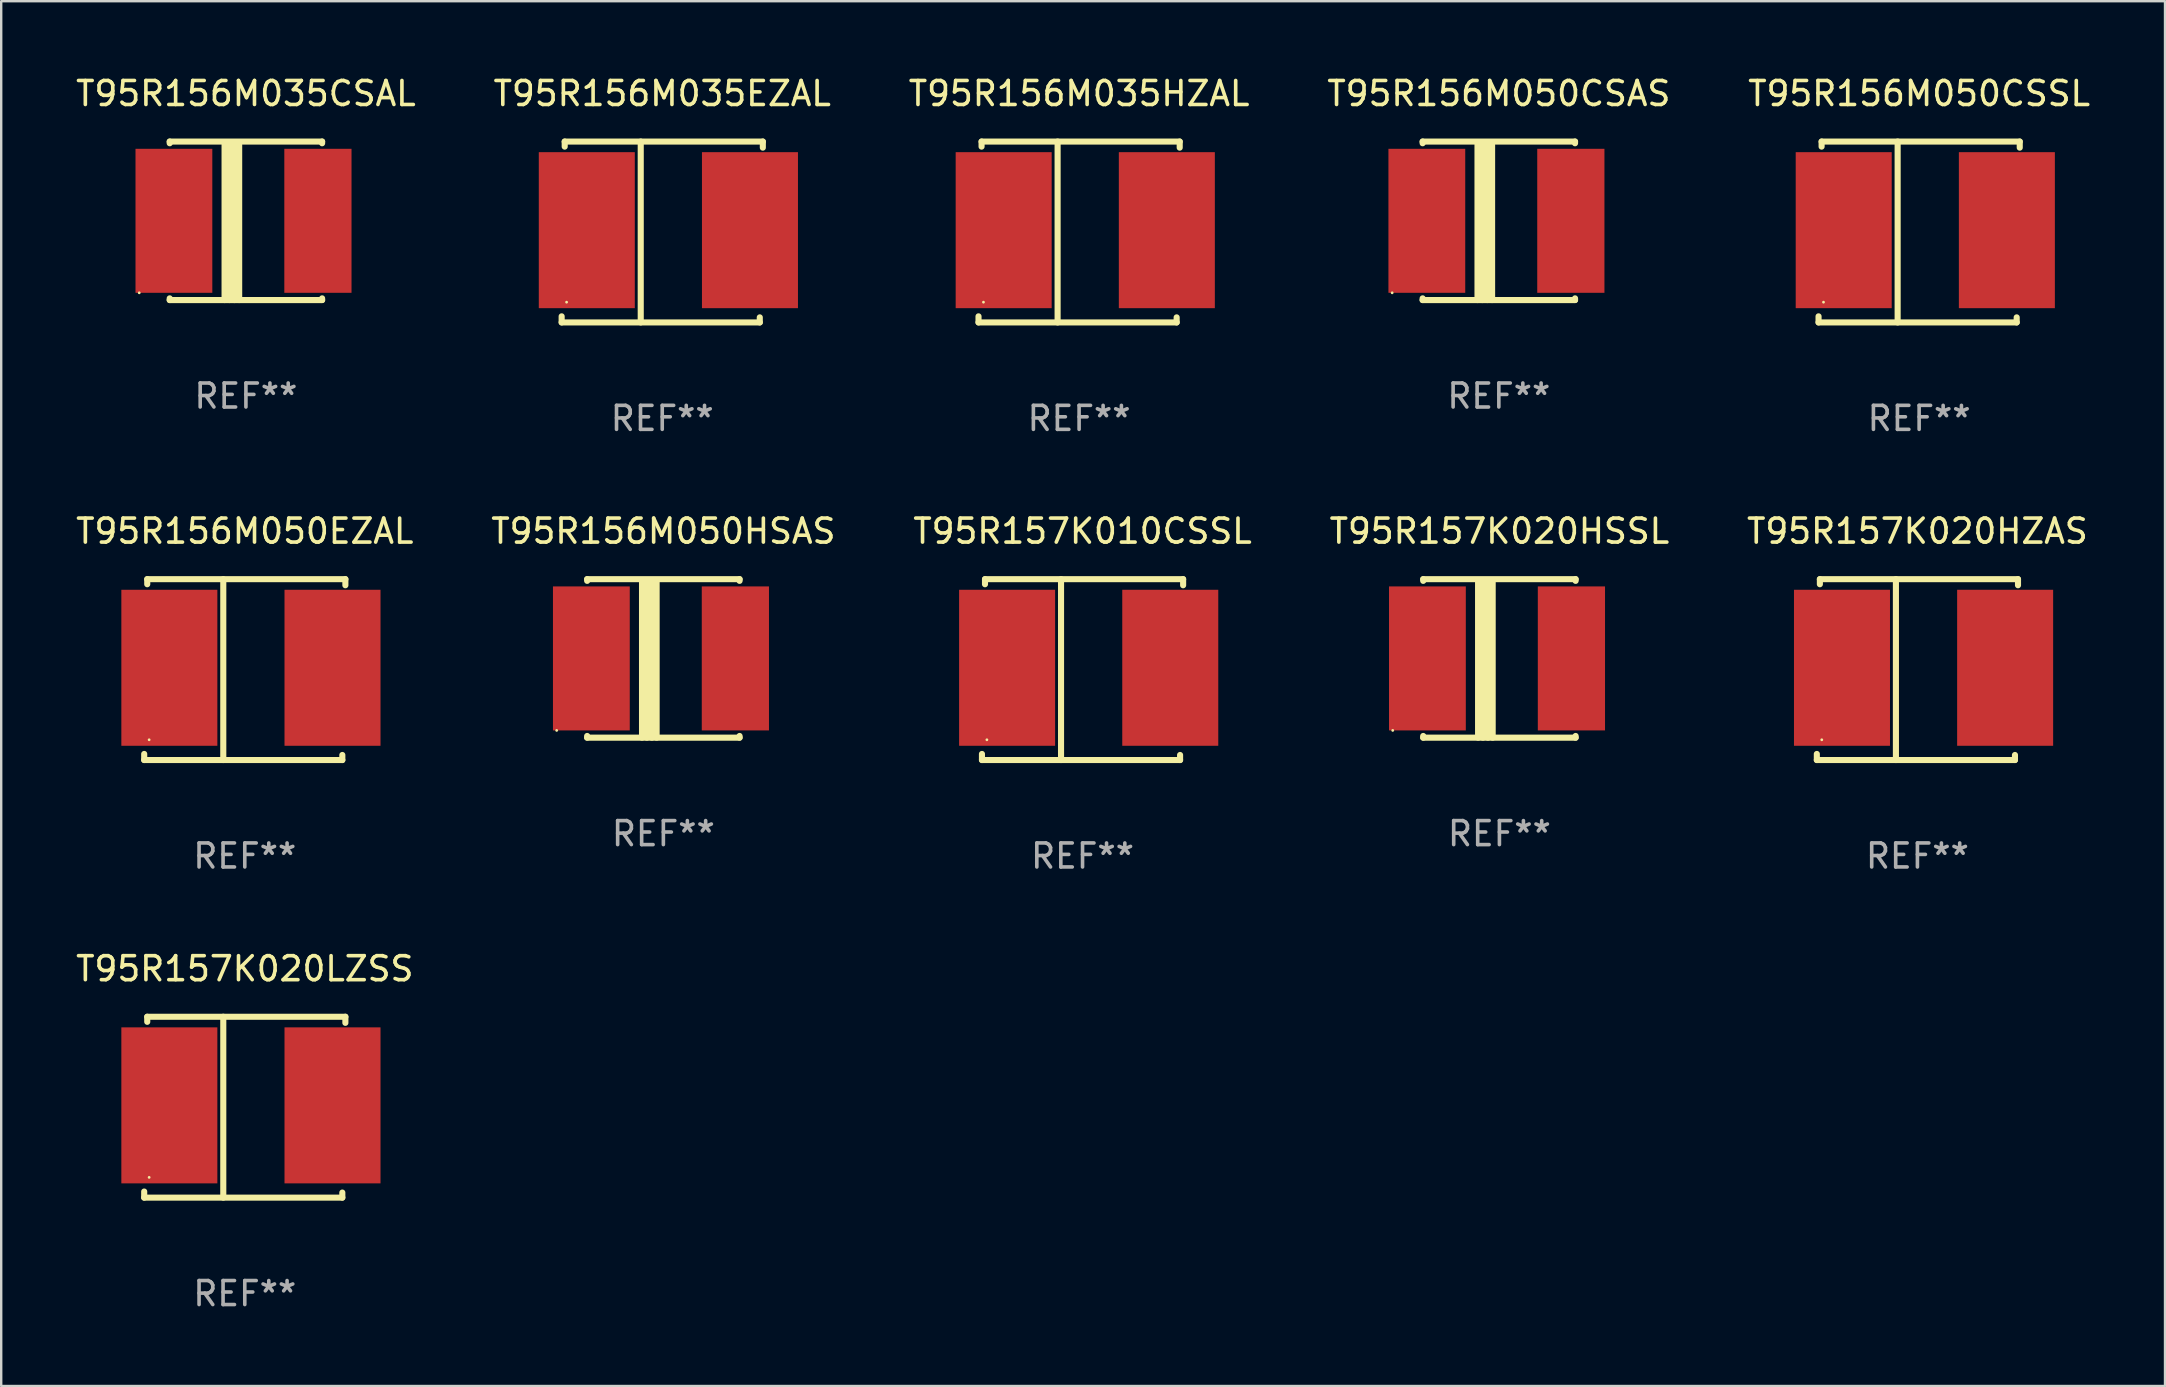
<source format=kicad_pcb>
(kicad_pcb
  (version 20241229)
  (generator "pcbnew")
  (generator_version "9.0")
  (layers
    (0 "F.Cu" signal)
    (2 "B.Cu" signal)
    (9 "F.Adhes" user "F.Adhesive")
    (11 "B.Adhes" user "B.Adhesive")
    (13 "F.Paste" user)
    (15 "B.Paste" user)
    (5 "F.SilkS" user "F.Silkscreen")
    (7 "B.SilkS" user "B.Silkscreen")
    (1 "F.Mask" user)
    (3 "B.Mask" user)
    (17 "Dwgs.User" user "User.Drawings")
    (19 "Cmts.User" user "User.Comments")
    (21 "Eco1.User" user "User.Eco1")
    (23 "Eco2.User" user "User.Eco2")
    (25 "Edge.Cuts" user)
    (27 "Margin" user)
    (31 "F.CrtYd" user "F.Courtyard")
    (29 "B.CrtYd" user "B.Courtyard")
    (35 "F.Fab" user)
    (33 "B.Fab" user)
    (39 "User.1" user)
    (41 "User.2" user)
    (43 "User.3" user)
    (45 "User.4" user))
  (footprint "T95R157K020LZSS"
    (layer "F.Cu")
    (at 7.149 43.081)
    (property "Reference" "T95R157K020LZSS" (at 0 -5.768 0) (layer "F.SilkS") (effects (font (size 1 1) (thickness 0.15))))
    (attr through_hole)
    (fp_line (start -4.191 3.768) (end -4.191 3.514) (stroke (width 0.254) (type solid)) (layer "F.SilkS"))
    (fp_line (start -4.064 -3.768) (end 4.191 -3.768) (stroke (width 0.254) (type solid)) (layer "F.SilkS"))
    (fp_line (start -4.064 -3.557) (end -4.064 -3.768) (stroke (width 0.254) (type solid)) (layer "F.SilkS"))
    (fp_line (start -0.896 -3.768) (end -0.896 3.768) (stroke (width 0.254) (type solid)) (layer "F.SilkS"))
    (fp_line (start 4.064 3.557) (end 4.064 3.768) (stroke (width 0.254) (type solid)) (layer "F.SilkS"))
    (fp_line (start 4.064 3.768) (end -4.191 3.768) (stroke (width 0.254) (type solid)) (layer "F.SilkS"))
    (fp_line (start 4.191 -3.768) (end 4.191 -3.514) (stroke (width 0.254) (type solid)) (layer "F.SilkS"))
    (fp_circle (center -3.985 2.924) (end -3.955 2.924) (stroke (width 0.06) (type solid)) (fill no) (layer "F.SilkS"))
    (fp_text user "REF**" (at 0 7.768 0) (layer "F.Fab") (effects (font (size 1 1) (thickness 0.15))))
    (pad "1" smd rect (at -3.143 -0.076 270) (size 6.5 4) (layers "F.Cu" "F.Mask" "F.Paste"))
    (pad "2" smd rect (at 3.655 -0.076 270) (size 6.5 4) (layers "F.Cu" "F.Mask" "F.Paste")))
  (footprint "T95R156M050CSSL"
    (layer "F.Cu")
    (at 76.911 6.616)
    (property "Reference" "T95R156M050CSSL" (at 0 -5.768 0) (layer "F.SilkS") (effects (font (size 1 1) (thickness 0.15))))
    (attr through_hole)
    (fp_line (start -4.191 3.768) (end -4.191 3.514) (stroke (width 0.254) (type solid)) (layer "F.SilkS"))
    (fp_line (start -4.064 -3.768) (end 4.191 -3.768) (stroke (width 0.254) (type solid)) (layer "F.SilkS"))
    (fp_line (start -4.064 -3.557) (end -4.064 -3.768) (stroke (width 0.254) (type solid)) (layer "F.SilkS"))
    (fp_line (start -0.896 -3.768) (end -0.896 3.768) (stroke (width 0.254) (type solid)) (layer "F.SilkS"))
    (fp_line (start 4.064 3.557) (end 4.064 3.768) (stroke (width 0.254) (type solid)) (layer "F.SilkS"))
    (fp_line (start 4.064 3.768) (end -4.191 3.768) (stroke (width 0.254) (type solid)) (layer "F.SilkS"))
    (fp_line (start 4.191 -3.768) (end 4.191 -3.514) (stroke (width 0.254) (type solid)) (layer "F.SilkS"))
    (fp_circle (center -3.985 2.924) (end -3.955 2.924) (stroke (width 0.06) (type solid)) (fill no) (layer "F.SilkS"))
    (fp_text user "REF**" (at 0 7.768 0) (layer "F.Fab") (effects (font (size 1 1) (thickness 0.15))))
    (pad "1" smd rect (at -3.143 -0.076 270) (size 6.5 4) (layers "F.Cu" "F.Mask" "F.Paste"))
    (pad "2" smd rect (at 3.655 -0.076 270) (size 6.5 4) (layers "F.Cu" "F.Mask" "F.Paste")))
  (footprint "T95R156M035HZAL"
    (layer "F.Cu")
    (at 41.911 6.616)
    (property "Reference" "T95R156M035HZAL" (at 0 -5.768 0) (layer "F.SilkS") (effects (font (size 1 1) (thickness 0.15))))
    (attr through_hole)
    (fp_line (start -4.191 3.768) (end -4.191 3.514) (stroke (width 0.254) (type solid)) (layer "F.SilkS"))
    (fp_line (start -4.064 -3.768) (end 4.191 -3.768) (stroke (width 0.254) (type solid)) (layer "F.SilkS"))
    (fp_line (start -4.064 -3.557) (end -4.064 -3.768) (stroke (width 0.254) (type solid)) (layer "F.SilkS"))
    (fp_line (start -0.896 -3.768) (end -0.896 3.768) (stroke (width 0.254) (type solid)) (layer "F.SilkS"))
    (fp_line (start 4.064 3.557) (end 4.064 3.768) (stroke (width 0.254) (type solid)) (layer "F.SilkS"))
    (fp_line (start 4.064 3.768) (end -4.191 3.768) (stroke (width 0.254) (type solid)) (layer "F.SilkS"))
    (fp_line (start 4.191 -3.768) (end 4.191 -3.514) (stroke (width 0.254) (type solid)) (layer "F.SilkS"))
    (fp_circle (center -3.985 2.924) (end -3.955 2.924) (stroke (width 0.06) (type solid)) (fill no) (layer "F.SilkS"))
    (fp_text user "REF**" (at 0 7.768 0) (layer "F.Fab") (effects (font (size 1 1) (thickness 0.15))))
    (pad "1" smd rect (at -3.143 -0.076 270) (size 6.5 4) (layers "F.Cu" "F.Mask" "F.Paste"))
    (pad "2" smd rect (at 3.655 -0.076 270) (size 6.5 4) (layers "F.Cu" "F.Mask" "F.Paste")))
  (footprint "T95R157K020HSSL"
    (layer "F.Cu")
    (at 59.423 24.383)
    (property "Reference" "T95R157K020HSSL" (at 0 -5.302 0) (layer "F.SilkS") (effects (font (size 1 1) (thickness 0.15))))
    (attr through_hole)
    (fp_line (start -3.175 -3.231) (end -3.175 -3.302) (stroke (width 0.254) (type solid)) (layer "F.SilkS"))
    (fp_line (start -3.175 3.302) (end -3.175 3.231) (stroke (width 0.254) (type solid)) (layer "F.SilkS"))
    (fp_line (start -3.175 3.302) (end 3.175 3.302) (stroke (width 0.254) (type solid)) (layer "F.SilkS"))
    (fp_line (start -0.889 -3.175) (end -0.889 3.302) (stroke (width 0.254) (type solid)) (layer "F.SilkS"))
    (fp_line (start -0.688 -3.175) (end -0.688 3.302) (stroke (width 0.254) (type solid)) (layer "F.SilkS"))
    (fp_line (start -0.478 -3.175) (end -0.478 3.302) (stroke (width 0.254) (type solid)) (layer "F.SilkS"))
    (fp_line (start -0.281 -3.175) (end -0.281 3.302) (stroke (width 0.254) (type solid)) (layer "F.SilkS"))
    (fp_line (start 3.175 -3.302) (end -3.175 -3.302) (stroke (width 0.254) (type solid)) (layer "F.SilkS"))
    (fp_line (start 3.175 -3.302) (end 3.175 -3.231) (stroke (width 0.254) (type solid)) (layer "F.SilkS"))
    (fp_line (start 3.175 3.231) (end 3.175 3.302) (stroke (width 0.254) (type solid)) (layer "F.SilkS"))
    (fp_circle (center -4.445 3) (end -4.415 3) (stroke (width 0.06) (type solid)) (fill no) (layer "F.SilkS"))
    (fp_text user "REF**" (at 0 7.302 0) (layer "F.Fab") (effects (font (size 1 1) (thickness 0.15))))
    (pad "1" smd rect (at -3 0) (size 3.2 6) (layers "F.Cu" "F.Mask" "F.Paste"))
    (pad "2" smd rect (at 3 0) (size 2.8 6) (layers "F.Cu" "F.Mask" "F.Paste")))
  (footprint "T95R156M050CSAS"
    (layer "F.Cu")
    (at 59.399 6.15)
    (property "Reference" "T95R156M050CSAS" (at 0 -5.302 0) (layer "F.SilkS") (effects (font (size 1 1) (thickness 0.15))))
    (attr through_hole)
    (fp_line (start -3.175 -3.231) (end -3.175 -3.302) (stroke (width 0.254) (type solid)) (layer "F.SilkS"))
    (fp_line (start -3.175 3.302) (end -3.175 3.231) (stroke (width 0.254) (type solid)) (layer "F.SilkS"))
    (fp_line (start -3.175 3.302) (end 3.175 3.302) (stroke (width 0.254) (type solid)) (layer "F.SilkS"))
    (fp_line (start -0.889 -3.175) (end -0.889 3.302) (stroke (width 0.254) (type solid)) (layer "F.SilkS"))
    (fp_line (start -0.688 -3.175) (end -0.688 3.302) (stroke (width 0.254) (type solid)) (layer "F.SilkS"))
    (fp_line (start -0.478 -3.175) (end -0.478 3.302) (stroke (width 0.254) (type solid)) (layer "F.SilkS"))
    (fp_line (start -0.281 -3.175) (end -0.281 3.302) (stroke (width 0.254) (type solid)) (layer "F.SilkS"))
    (fp_line (start 3.175 -3.302) (end -3.175 -3.302) (stroke (width 0.254) (type solid)) (layer "F.SilkS"))
    (fp_line (start 3.175 -3.302) (end 3.175 -3.231) (stroke (width 0.254) (type solid)) (layer "F.SilkS"))
    (fp_line (start 3.175 3.231) (end 3.175 3.302) (stroke (width 0.254) (type solid)) (layer "F.SilkS"))
    (fp_circle (center -4.445 3) (end -4.415 3) (stroke (width 0.06) (type solid)) (fill no) (layer "F.SilkS"))
    (fp_text user "REF**" (at 0 7.302 0) (layer "F.Fab") (effects (font (size 1 1) (thickness 0.15))))
    (pad "1" smd rect (at -3 0) (size 3.2 6) (layers "F.Cu" "F.Mask" "F.Paste"))
    (pad "2" smd rect (at 3 0) (size 2.8 6) (layers "F.Cu" "F.Mask" "F.Paste")))
  (footprint "T95R156M035EZAL"
    (layer "F.Cu")
    (at 24.542 6.616)
    (property "Reference" "T95R156M035EZAL" (at 0 -5.768 0) (layer "F.SilkS") (effects (font (size 1 1) (thickness 0.15))))
    (attr through_hole)
    (fp_line (start -4.191 3.768) (end -4.191 3.514) (stroke (width 0.254) (type solid)) (layer "F.SilkS"))
    (fp_line (start -4.064 -3.768) (end 4.191 -3.768) (stroke (width 0.254) (type solid)) (layer "F.SilkS"))
    (fp_line (start -4.064 -3.557) (end -4.064 -3.768) (stroke (width 0.254) (type solid)) (layer "F.SilkS"))
    (fp_line (start -0.896 -3.768) (end -0.896 3.768) (stroke (width 0.254) (type solid)) (layer "F.SilkS"))
    (fp_line (start 4.064 3.557) (end 4.064 3.768) (stroke (width 0.254) (type solid)) (layer "F.SilkS"))
    (fp_line (start 4.064 3.768) (end -4.191 3.768) (stroke (width 0.254) (type solid)) (layer "F.SilkS"))
    (fp_line (start 4.191 -3.768) (end 4.191 -3.514) (stroke (width 0.254) (type solid)) (layer "F.SilkS"))
    (fp_circle (center -3.985 2.924) (end -3.955 2.924) (stroke (width 0.06) (type solid)) (fill no) (layer "F.SilkS"))
    (fp_text user "REF**" (at 0 7.768 0) (layer "F.Fab") (effects (font (size 1 1) (thickness 0.15))))
    (pad "1" smd rect (at -3.143 -0.076 270) (size 6.5 4) (layers "F.Cu" "F.Mask" "F.Paste"))
    (pad "2" smd rect (at 3.655 -0.076 270) (size 6.5 4) (layers "F.Cu" "F.Mask" "F.Paste")))
  (footprint "T95R156M050HSAS"
    (layer "F.Cu")
    (at 24.589 24.383)
    (property "Reference" "T95R156M050HSAS" (at 0 -5.302 0) (layer "F.SilkS") (effects (font (size 1 1) (thickness 0.15))))
    (attr through_hole)
    (fp_line (start -3.175 -3.231) (end -3.175 -3.302) (stroke (width 0.254) (type solid)) (layer "F.SilkS"))
    (fp_line (start -3.175 3.302) (end -3.175 3.231) (stroke (width 0.254) (type solid)) (layer "F.SilkS"))
    (fp_line (start -3.175 3.302) (end 3.175 3.302) (stroke (width 0.254) (type solid)) (layer "F.SilkS"))
    (fp_line (start -0.889 -3.175) (end -0.889 3.302) (stroke (width 0.254) (type solid)) (layer "F.SilkS"))
    (fp_line (start -0.688 -3.175) (end -0.688 3.302) (stroke (width 0.254) (type solid)) (layer "F.SilkS"))
    (fp_line (start -0.478 -3.175) (end -0.478 3.302) (stroke (width 0.254) (type solid)) (layer "F.SilkS"))
    (fp_line (start -0.281 -3.175) (end -0.281 3.302) (stroke (width 0.254) (type solid)) (layer "F.SilkS"))
    (fp_line (start 3.175 -3.302) (end -3.175 -3.302) (stroke (width 0.254) (type solid)) (layer "F.SilkS"))
    (fp_line (start 3.175 -3.302) (end 3.175 -3.231) (stroke (width 0.254) (type solid)) (layer "F.SilkS"))
    (fp_line (start 3.175 3.231) (end 3.175 3.302) (stroke (width 0.254) (type solid)) (layer "F.SilkS"))
    (fp_circle (center -4.445 3) (end -4.415 3) (stroke (width 0.06) (type solid)) (fill no) (layer "F.SilkS"))
    (fp_text user "REF**" (at 0 7.302 0) (layer "F.Fab") (effects (font (size 1 1) (thickness 0.15))))
    (pad "1" smd rect (at -3 0) (size 3.2 6) (layers "F.Cu" "F.Mask" "F.Paste"))
    (pad "2" smd rect (at 3 0) (size 2.8 6) (layers "F.Cu" "F.Mask" "F.Paste")))
  (footprint "T95R156M035CSAL"
    (layer "F.Cu")
    (at 7.196 6.15)
    (property "Reference" "T95R156M035CSAL" (at 0 -5.302 0) (layer "F.SilkS") (effects (font (size 1 1) (thickness 0.15))))
    (attr through_hole)
    (fp_line (start -3.175 -3.231) (end -3.175 -3.302) (stroke (width 0.254) (type solid)) (layer "F.SilkS"))
    (fp_line (start -3.175 3.302) (end -3.175 3.231) (stroke (width 0.254) (type solid)) (layer "F.SilkS"))
    (fp_line (start -3.175 3.302) (end 3.175 3.302) (stroke (width 0.254) (type solid)) (layer "F.SilkS"))
    (fp_line (start -0.889 -3.175) (end -0.889 3.302) (stroke (width 0.254) (type solid)) (layer "F.SilkS"))
    (fp_line (start -0.688 -3.175) (end -0.688 3.302) (stroke (width 0.254) (type solid)) (layer "F.SilkS"))
    (fp_line (start -0.478 -3.175) (end -0.478 3.302) (stroke (width 0.254) (type solid)) (layer "F.SilkS"))
    (fp_line (start -0.281 -3.175) (end -0.281 3.302) (stroke (width 0.254) (type solid)) (layer "F.SilkS"))
    (fp_line (start 3.175 -3.302) (end -3.175 -3.302) (stroke (width 0.254) (type solid)) (layer "F.SilkS"))
    (fp_line (start 3.175 -3.302) (end 3.175 -3.231) (stroke (width 0.254) (type solid)) (layer "F.SilkS"))
    (fp_line (start 3.175 3.231) (end 3.175 3.302) (stroke (width 0.254) (type solid)) (layer "F.SilkS"))
    (fp_circle (center -4.445 3) (end -4.415 3) (stroke (width 0.06) (type solid)) (fill no) (layer "F.SilkS"))
    (fp_text user "REF**" (at 0 7.302 0) (layer "F.Fab") (effects (font (size 1 1) (thickness 0.15))))
    (pad "1" smd rect (at -3 0) (size 3.2 6) (layers "F.Cu" "F.Mask" "F.Paste"))
    (pad "2" smd rect (at 3 0) (size 2.8 6) (layers "F.Cu" "F.Mask" "F.Paste")))
  (footprint "T95R157K020HZAS"
    (layer "F.Cu")
    (at 76.839 24.849)
    (property "Reference" "T95R157K020HZAS" (at 0 -5.768 0) (layer "F.SilkS") (effects (font (size 1 1) (thickness 0.15))))
    (attr through_hole)
    (fp_line (start -4.191 3.768) (end -4.191 3.514) (stroke (width 0.254) (type solid)) (layer "F.SilkS"))
    (fp_line (start -4.064 -3.768) (end 4.191 -3.768) (stroke (width 0.254) (type solid)) (layer "F.SilkS"))
    (fp_line (start -4.064 -3.557) (end -4.064 -3.768) (stroke (width 0.254) (type solid)) (layer "F.SilkS"))
    (fp_line (start -0.896 -3.768) (end -0.896 3.768) (stroke (width 0.254) (type solid)) (layer "F.SilkS"))
    (fp_line (start 4.064 3.557) (end 4.064 3.768) (stroke (width 0.254) (type solid)) (layer "F.SilkS"))
    (fp_line (start 4.064 3.768) (end -4.191 3.768) (stroke (width 0.254) (type solid)) (layer "F.SilkS"))
    (fp_line (start 4.191 -3.768) (end 4.191 -3.514) (stroke (width 0.254) (type solid)) (layer "F.SilkS"))
    (fp_circle (center -3.985 2.924) (end -3.955 2.924) (stroke (width 0.06) (type solid)) (fill no) (layer "F.SilkS"))
    (fp_text user "REF**" (at 0 7.768 0) (layer "F.Fab") (effects (font (size 1 1) (thickness 0.15))))
    (pad "1" smd rect (at -3.143 -0.076 270) (size 6.5 4) (layers "F.Cu" "F.Mask" "F.Paste"))
    (pad "2" smd rect (at 3.655 -0.076 270) (size 6.5 4) (layers "F.Cu" "F.Mask" "F.Paste")))
  (footprint "T95R157K010CSSL"
    (layer "F.Cu")
    (at 42.054 24.849)
    (property "Reference" "T95R157K010CSSL" (at 0 -5.768 0) (layer "F.SilkS") (effects (font (size 1 1) (thickness 0.15))))
    (attr through_hole)
    (fp_line (start -4.191 3.768) (end -4.191 3.514) (stroke (width 0.254) (type solid)) (layer "F.SilkS"))
    (fp_line (start -4.064 -3.768) (end 4.191 -3.768) (stroke (width 0.254) (type solid)) (layer "F.SilkS"))
    (fp_line (start -4.064 -3.557) (end -4.064 -3.768) (stroke (width 0.254) (type solid)) (layer "F.SilkS"))
    (fp_line (start -0.896 -3.768) (end -0.896 3.768) (stroke (width 0.254) (type solid)) (layer "F.SilkS"))
    (fp_line (start 4.064 3.557) (end 4.064 3.768) (stroke (width 0.254) (type solid)) (layer "F.SilkS"))
    (fp_line (start 4.064 3.768) (end -4.191 3.768) (stroke (width 0.254) (type solid)) (layer "F.SilkS"))
    (fp_line (start 4.191 -3.768) (end 4.191 -3.514) (stroke (width 0.254) (type solid)) (layer "F.SilkS"))
    (fp_circle (center -3.985 2.924) (end -3.955 2.924) (stroke (width 0.06) (type solid)) (fill no) (layer "F.SilkS"))
    (fp_text user "REF**" (at 0 7.768 0) (layer "F.Fab") (effects (font (size 1 1) (thickness 0.15))))
    (pad "1" smd rect (at -3.143 -0.076 270) (size 6.5 4) (layers "F.Cu" "F.Mask" "F.Paste"))
    (pad "2" smd rect (at 3.655 -0.076 270) (size 6.5 4) (layers "F.Cu" "F.Mask" "F.Paste")))
  (footprint "T95R156M050EZAL"
    (layer "F.Cu")
    (at 7.149 24.849)
    (property "Reference" "T95R156M050EZAL" (at 0 -5.768 0) (layer "F.SilkS") (effects (font (size 1 1) (thickness 0.15))))
    (attr through_hole)
    (fp_line (start -4.191 3.768) (end -4.191 3.514) (stroke (width 0.254) (type solid)) (layer "F.SilkS"))
    (fp_line (start -4.064 -3.768) (end 4.191 -3.768) (stroke (width 0.254) (type solid)) (layer "F.SilkS"))
    (fp_line (start -4.064 -3.557) (end -4.064 -3.768) (stroke (width 0.254) (type solid)) (layer "F.SilkS"))
    (fp_line (start -0.896 -3.768) (end -0.896 3.768) (stroke (width 0.254) (type solid)) (layer "F.SilkS"))
    (fp_line (start 4.064 3.557) (end 4.064 3.768) (stroke (width 0.254) (type solid)) (layer "F.SilkS"))
    (fp_line (start 4.064 3.768) (end -4.191 3.768) (stroke (width 0.254) (type solid)) (layer "F.SilkS"))
    (fp_line (start 4.191 -3.768) (end 4.191 -3.514) (stroke (width 0.254) (type solid)) (layer "F.SilkS"))
    (fp_circle (center -3.985 2.924) (end -3.955 2.924) (stroke (width 0.06) (type solid)) (fill no) (layer "F.SilkS"))
    (fp_text user "REF**" (at 0 7.768 0) (layer "F.Fab") (effects (font (size 1 1) (thickness 0.15))))
    (pad "1" smd rect (at -3.143 -0.076 270) (size 6.5 4) (layers "F.Cu" "F.Mask" "F.Paste"))
    (pad "2" smd rect (at 3.655 -0.076 270) (size 6.5 4) (layers "F.Cu" "F.Mask" "F.Paste")))
  (gr_rect
    (start -3 -3)
    (end 87.155 54.698)
    (stroke (width 0.1) (type default))
    (fill no)
    (layer "Edge.Cuts")))
</source>
